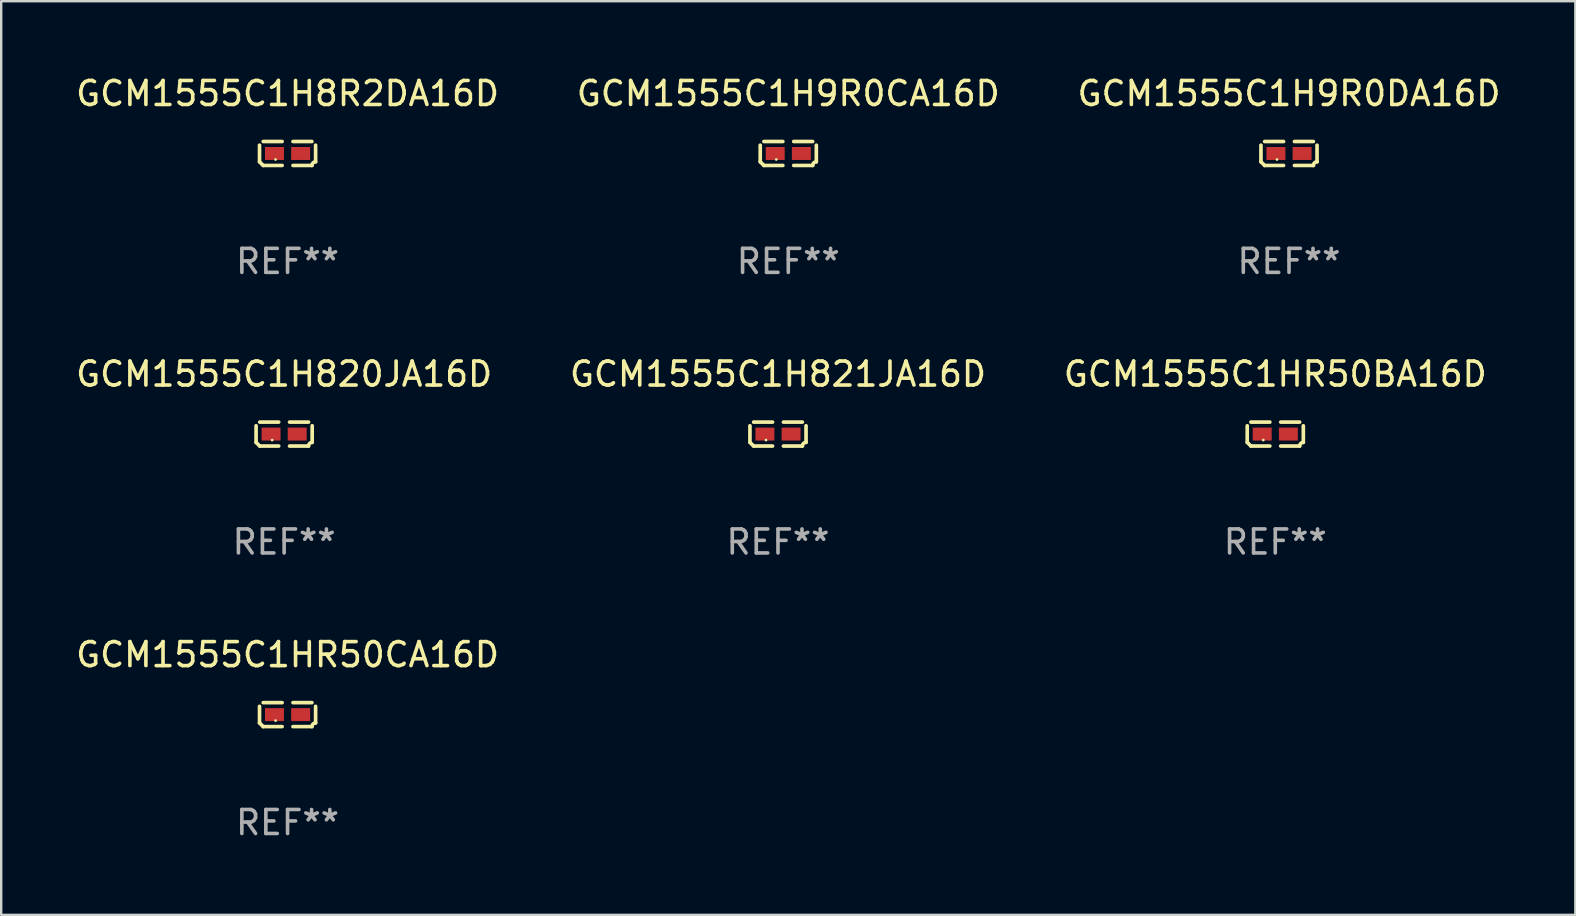
<source format=kicad_pcb>
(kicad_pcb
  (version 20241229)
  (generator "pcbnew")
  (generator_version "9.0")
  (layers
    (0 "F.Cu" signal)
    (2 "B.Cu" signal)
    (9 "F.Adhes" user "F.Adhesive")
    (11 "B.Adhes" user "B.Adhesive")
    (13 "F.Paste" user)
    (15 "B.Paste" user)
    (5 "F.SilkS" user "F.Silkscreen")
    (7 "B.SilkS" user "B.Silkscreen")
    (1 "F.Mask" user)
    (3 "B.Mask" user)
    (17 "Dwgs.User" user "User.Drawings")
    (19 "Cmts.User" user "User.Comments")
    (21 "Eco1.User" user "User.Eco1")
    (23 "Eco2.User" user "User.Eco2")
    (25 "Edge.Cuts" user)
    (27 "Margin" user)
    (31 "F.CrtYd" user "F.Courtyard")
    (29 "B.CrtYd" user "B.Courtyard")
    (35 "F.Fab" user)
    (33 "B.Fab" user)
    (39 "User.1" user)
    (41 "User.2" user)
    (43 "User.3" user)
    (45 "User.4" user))
  (footprint "GCM1555C1HR50BA16D"
    (layer "F.Cu")
    (at 50.101 15.041)
    (property "Reference" "GCM1555C1HR50BA16D" (at 0 -2.499 0) (layer "F.SilkS") (effects (font (size 1 1) (thickness 0.15))))
    (attr through_hole)
    (fp_line (start -1.169 0.346) (end -1.169 -0.346) (stroke (width 0.152) (type solid)) (layer "F.SilkS"))
    (fp_line (start -1.016 -0.499) (end -0.226 -0.499) (stroke (width 0.152) (type solid)) (layer "F.SilkS"))
    (fp_line (start -0.226 0.499) (end -1.016 0.499) (stroke (width 0.152) (type solid)) (layer "F.SilkS"))
    (fp_line (start 0.226 0.499) (end 1.016 0.499) (stroke (width 0.152) (type solid)) (layer "F.SilkS"))
    (fp_line (start 1.016 -0.499) (end 0.226 -0.499) (stroke (width 0.152) (type solid)) (layer "F.SilkS"))
    (fp_line (start 1.169 0.346) (end 1.169 -0.346) (stroke (width 0.152) (type solid)) (layer "F.SilkS"))
    (fp_arc (start -1.016307 0.498603) (mid -1.092512 0.422405) (end -1.16871 0.3462) (stroke (width 0.1524) (type solid)) (layer "F.SilkS"))
    (fp_arc (start 1.016307 0.498603) (mid 1.060899 0.390758) (end 1.168707 0.346076) (stroke (width 0.1524) (type solid)) (layer "F.SilkS"))
    (fp_circle (center -0.5 0.25) (end -0.47 0.25) (stroke (width 0.06) (type solid)) (fill no) (layer "F.SilkS"))
    (fp_text user "REF**" (at 0 4.499 0) (layer "F.Fab") (effects (font (size 1 1) (thickness 0.15))))
    (pad "1" smd rect (at -0.545 0) (size 0.79 0.54) (layers "F.Cu" "F.Mask" "F.Paste"))
    (pad "2" smd rect (at 0.545 0) (size 0.79 0.54) (layers "F.Cu" "F.Mask" "F.Paste")))
  (footprint "GCM1555C1HR50CA16D"
    (layer "F.Cu")
    (at 8.935 26.734)
    (property "Reference" "GCM1555C1HR50CA16D" (at 0 -2.499 0) (layer "F.SilkS") (effects (font (size 1 1) (thickness 0.15))))
    (attr through_hole)
    (fp_line (start -1.169 0.346) (end -1.169 -0.346) (stroke (width 0.152) (type solid)) (layer "F.SilkS"))
    (fp_line (start -1.016 -0.499) (end -0.226 -0.499) (stroke (width 0.152) (type solid)) (layer "F.SilkS"))
    (fp_line (start -0.226 0.499) (end -1.016 0.499) (stroke (width 0.152) (type solid)) (layer "F.SilkS"))
    (fp_line (start 0.226 0.499) (end 1.016 0.499) (stroke (width 0.152) (type solid)) (layer "F.SilkS"))
    (fp_line (start 1.016 -0.499) (end 0.226 -0.499) (stroke (width 0.152) (type solid)) (layer "F.SilkS"))
    (fp_line (start 1.169 0.346) (end 1.169 -0.346) (stroke (width 0.152) (type solid)) (layer "F.SilkS"))
    (fp_arc (start -1.016307 0.498603) (mid -1.092512 0.422405) (end -1.16871 0.3462) (stroke (width 0.1524) (type solid)) (layer "F.SilkS"))
    (fp_arc (start 1.016307 0.498603) (mid 1.060899 0.390758) (end 1.168707 0.346076) (stroke (width 0.1524) (type solid)) (layer "F.SilkS"))
    (fp_circle (center -0.5 0.25) (end -0.47 0.25) (stroke (width 0.06) (type solid)) (fill no) (layer "F.SilkS"))
    (fp_text user "REF**" (at 0 4.499 0) (layer "F.Fab") (effects (font (size 1 1) (thickness 0.15))))
    (pad "1" smd rect (at -0.545 0) (size 0.79 0.54) (layers "F.Cu" "F.Mask" "F.Paste"))
    (pad "2" smd rect (at 0.545 0) (size 0.79 0.54) (layers "F.Cu" "F.Mask" "F.Paste")))
  (footprint "GCM1555C1H8R2DA16D"
    (layer "F.Cu")
    (at 8.935 3.347)
    (property "Reference" "GCM1555C1H8R2DA16D" (at 0 -2.499 0) (layer "F.SilkS") (effects (font (size 1 1) (thickness 0.15))))
    (attr through_hole)
    (fp_line (start -1.169 0.346) (end -1.169 -0.346) (stroke (width 0.152) (type solid)) (layer "F.SilkS"))
    (fp_line (start -1.016 -0.499) (end -0.226 -0.499) (stroke (width 0.152) (type solid)) (layer "F.SilkS"))
    (fp_line (start -0.226 0.499) (end -1.016 0.499) (stroke (width 0.152) (type solid)) (layer "F.SilkS"))
    (fp_line (start 0.226 0.499) (end 1.016 0.499) (stroke (width 0.152) (type solid)) (layer "F.SilkS"))
    (fp_line (start 1.016 -0.499) (end 0.226 -0.499) (stroke (width 0.152) (type solid)) (layer "F.SilkS"))
    (fp_line (start 1.169 0.346) (end 1.169 -0.346) (stroke (width 0.152) (type solid)) (layer "F.SilkS"))
    (fp_arc (start -1.016307 0.498603) (mid -1.092512 0.422405) (end -1.16871 0.3462) (stroke (width 0.1524) (type solid)) (layer "F.SilkS"))
    (fp_arc (start 1.016307 0.498603) (mid 1.060899 0.390758) (end 1.168707 0.346076) (stroke (width 0.1524) (type solid)) (layer "F.SilkS"))
    (fp_circle (center -0.5 0.25) (end -0.47 0.25) (stroke (width 0.06) (type solid)) (fill no) (layer "F.SilkS"))
    (fp_text user "REF**" (at 0 4.499 0) (layer "F.Fab") (effects (font (size 1 1) (thickness 0.15))))
    (pad "1" smd rect (at -0.545 0) (size 0.79 0.54) (layers "F.Cu" "F.Mask" "F.Paste"))
    (pad "2" smd rect (at 0.545 0) (size 0.79 0.54) (layers "F.Cu" "F.Mask" "F.Paste")))
  (footprint "GCM1555C1H9R0CA16D"
    (layer "F.Cu")
    (at 29.804 3.347)
    (property "Reference" "GCM1555C1H9R0CA16D" (at 0 -2.499 0) (layer "F.SilkS") (effects (font (size 1 1) (thickness 0.15))))
    (attr through_hole)
    (fp_line (start -1.169 0.346) (end -1.169 -0.346) (stroke (width 0.152) (type solid)) (layer "F.SilkS"))
    (fp_line (start -1.016 -0.499) (end -0.226 -0.499) (stroke (width 0.152) (type solid)) (layer "F.SilkS"))
    (fp_line (start -0.226 0.499) (end -1.016 0.499) (stroke (width 0.152) (type solid)) (layer "F.SilkS"))
    (fp_line (start 0.226 0.499) (end 1.016 0.499) (stroke (width 0.152) (type solid)) (layer "F.SilkS"))
    (fp_line (start 1.016 -0.499) (end 0.226 -0.499) (stroke (width 0.152) (type solid)) (layer "F.SilkS"))
    (fp_line (start 1.169 0.346) (end 1.169 -0.346) (stroke (width 0.152) (type solid)) (layer "F.SilkS"))
    (fp_arc (start -1.016307 0.498603) (mid -1.092512 0.422405) (end -1.16871 0.3462) (stroke (width 0.1524) (type solid)) (layer "F.SilkS"))
    (fp_arc (start 1.016307 0.498603) (mid 1.060899 0.390758) (end 1.168707 0.346076) (stroke (width 0.1524) (type solid)) (layer "F.SilkS"))
    (fp_circle (center -0.5 0.25) (end -0.47 0.25) (stroke (width 0.06) (type solid)) (fill no) (layer "F.SilkS"))
    (fp_text user "REF**" (at 0 4.499 0) (layer "F.Fab") (effects (font (size 1 1) (thickness 0.15))))
    (pad "1" smd rect (at -0.545 0) (size 0.79 0.54) (layers "F.Cu" "F.Mask" "F.Paste"))
    (pad "2" smd rect (at 0.545 0) (size 0.79 0.54) (layers "F.Cu" "F.Mask" "F.Paste")))
  (footprint "GCM1555C1H9R0DA16D"
    (layer "F.Cu")
    (at 50.673 3.347)
    (property "Reference" "GCM1555C1H9R0DA16D" (at 0 -2.499 0) (layer "F.SilkS") (effects (font (size 1 1) (thickness 0.15))))
    (attr through_hole)
    (fp_line (start -1.169 0.346) (end -1.169 -0.346) (stroke (width 0.152) (type solid)) (layer "F.SilkS"))
    (fp_line (start -1.016 -0.499) (end -0.226 -0.499) (stroke (width 0.152) (type solid)) (layer "F.SilkS"))
    (fp_line (start -0.226 0.499) (end -1.016 0.499) (stroke (width 0.152) (type solid)) (layer "F.SilkS"))
    (fp_line (start 0.226 0.499) (end 1.016 0.499) (stroke (width 0.152) (type solid)) (layer "F.SilkS"))
    (fp_line (start 1.016 -0.499) (end 0.226 -0.499) (stroke (width 0.152) (type solid)) (layer "F.SilkS"))
    (fp_line (start 1.169 0.346) (end 1.169 -0.346) (stroke (width 0.152) (type solid)) (layer "F.SilkS"))
    (fp_arc (start -1.016307 0.498603) (mid -1.092512 0.422405) (end -1.16871 0.3462) (stroke (width 0.1524) (type solid)) (layer "F.SilkS"))
    (fp_arc (start 1.016307 0.498603) (mid 1.060899 0.390758) (end 1.168707 0.346076) (stroke (width 0.1524) (type solid)) (layer "F.SilkS"))
    (fp_circle (center -0.5 0.25) (end -0.47 0.25) (stroke (width 0.06) (type solid)) (fill no) (layer "F.SilkS"))
    (fp_text user "REF**" (at 0 4.499 0) (layer "F.Fab") (effects (font (size 1 1) (thickness 0.15))))
    (pad "1" smd rect (at -0.545 0) (size 0.79 0.54) (layers "F.Cu" "F.Mask" "F.Paste"))
    (pad "2" smd rect (at 0.545 0) (size 0.79 0.54) (layers "F.Cu" "F.Mask" "F.Paste")))
  (footprint "GCM1555C1H821JA16D"
    (layer "F.Cu")
    (at 29.375 15.041)
    (property "Reference" "GCM1555C1H821JA16D" (at 0 -2.499 0) (layer "F.SilkS") (effects (font (size 1 1) (thickness 0.15))))
    (attr through_hole)
    (fp_line (start -1.169 0.346) (end -1.169 -0.346) (stroke (width 0.152) (type solid)) (layer "F.SilkS"))
    (fp_line (start -1.016 -0.499) (end -0.226 -0.499) (stroke (width 0.152) (type solid)) (layer "F.SilkS"))
    (fp_line (start -0.226 0.499) (end -1.016 0.499) (stroke (width 0.152) (type solid)) (layer "F.SilkS"))
    (fp_line (start 0.226 0.499) (end 1.016 0.499) (stroke (width 0.152) (type solid)) (layer "F.SilkS"))
    (fp_line (start 1.016 -0.499) (end 0.226 -0.499) (stroke (width 0.152) (type solid)) (layer "F.SilkS"))
    (fp_line (start 1.169 0.346) (end 1.169 -0.346) (stroke (width 0.152) (type solid)) (layer "F.SilkS"))
    (fp_arc (start -1.016307 0.498603) (mid -1.092512 0.422405) (end -1.16871 0.3462) (stroke (width 0.1524) (type solid)) (layer "F.SilkS"))
    (fp_arc (start 1.016307 0.498603) (mid 1.060899 0.390758) (end 1.168707 0.346076) (stroke (width 0.1524) (type solid)) (layer "F.SilkS"))
    (fp_circle (center -0.5 0.25) (end -0.47 0.25) (stroke (width 0.06) (type solid)) (fill no) (layer "F.SilkS"))
    (fp_text user "REF**" (at 0 4.499 0) (layer "F.Fab") (effects (font (size 1 1) (thickness 0.15))))
    (pad "1" smd rect (at -0.545 0) (size 0.79 0.54) (layers "F.Cu" "F.Mask" "F.Paste"))
    (pad "2" smd rect (at 0.545 0) (size 0.79 0.54) (layers "F.Cu" "F.Mask" "F.Paste")))
  (footprint "GCM1555C1H820JA16D"
    (layer "F.Cu")
    (at 8.792 15.041)
    (property "Reference" "GCM1555C1H820JA16D" (at 0 -2.499 0) (layer "F.SilkS") (effects (font (size 1 1) (thickness 0.15))))
    (attr through_hole)
    (fp_line (start -1.169 0.346) (end -1.169 -0.346) (stroke (width 0.152) (type solid)) (layer "F.SilkS"))
    (fp_line (start -1.016 -0.499) (end -0.226 -0.499) (stroke (width 0.152) (type solid)) (layer "F.SilkS"))
    (fp_line (start -0.226 0.499) (end -1.016 0.499) (stroke (width 0.152) (type solid)) (layer "F.SilkS"))
    (fp_line (start 0.226 0.499) (end 1.016 0.499) (stroke (width 0.152) (type solid)) (layer "F.SilkS"))
    (fp_line (start 1.016 -0.499) (end 0.226 -0.499) (stroke (width 0.152) (type solid)) (layer "F.SilkS"))
    (fp_line (start 1.169 0.346) (end 1.169 -0.346) (stroke (width 0.152) (type solid)) (layer "F.SilkS"))
    (fp_arc (start -1.016307 0.498603) (mid -1.092512 0.422405) (end -1.16871 0.3462) (stroke (width 0.1524) (type solid)) (layer "F.SilkS"))
    (fp_arc (start 1.016307 0.498603) (mid 1.060899 0.390758) (end 1.168707 0.346076) (stroke (width 0.1524) (type solid)) (layer "F.SilkS"))
    (fp_circle (center -0.5 0.25) (end -0.47 0.25) (stroke (width 0.06) (type solid)) (fill no) (layer "F.SilkS"))
    (fp_text user "REF**" (at 0 4.499 0) (layer "F.Fab") (effects (font (size 1 1) (thickness 0.15))))
    (pad "1" smd rect (at -0.545 0) (size 0.79 0.54) (layers "F.Cu" "F.Mask" "F.Paste"))
    (pad "2" smd rect (at 0.545 0) (size 0.79 0.54) (layers "F.Cu" "F.Mask" "F.Paste")))
  (gr_rect
    (start -3 -3)
    (end 62.607 35.081)
    (stroke (width 0.1) (type default))
    (fill no)
    (layer "Edge.Cuts")))
</source>
